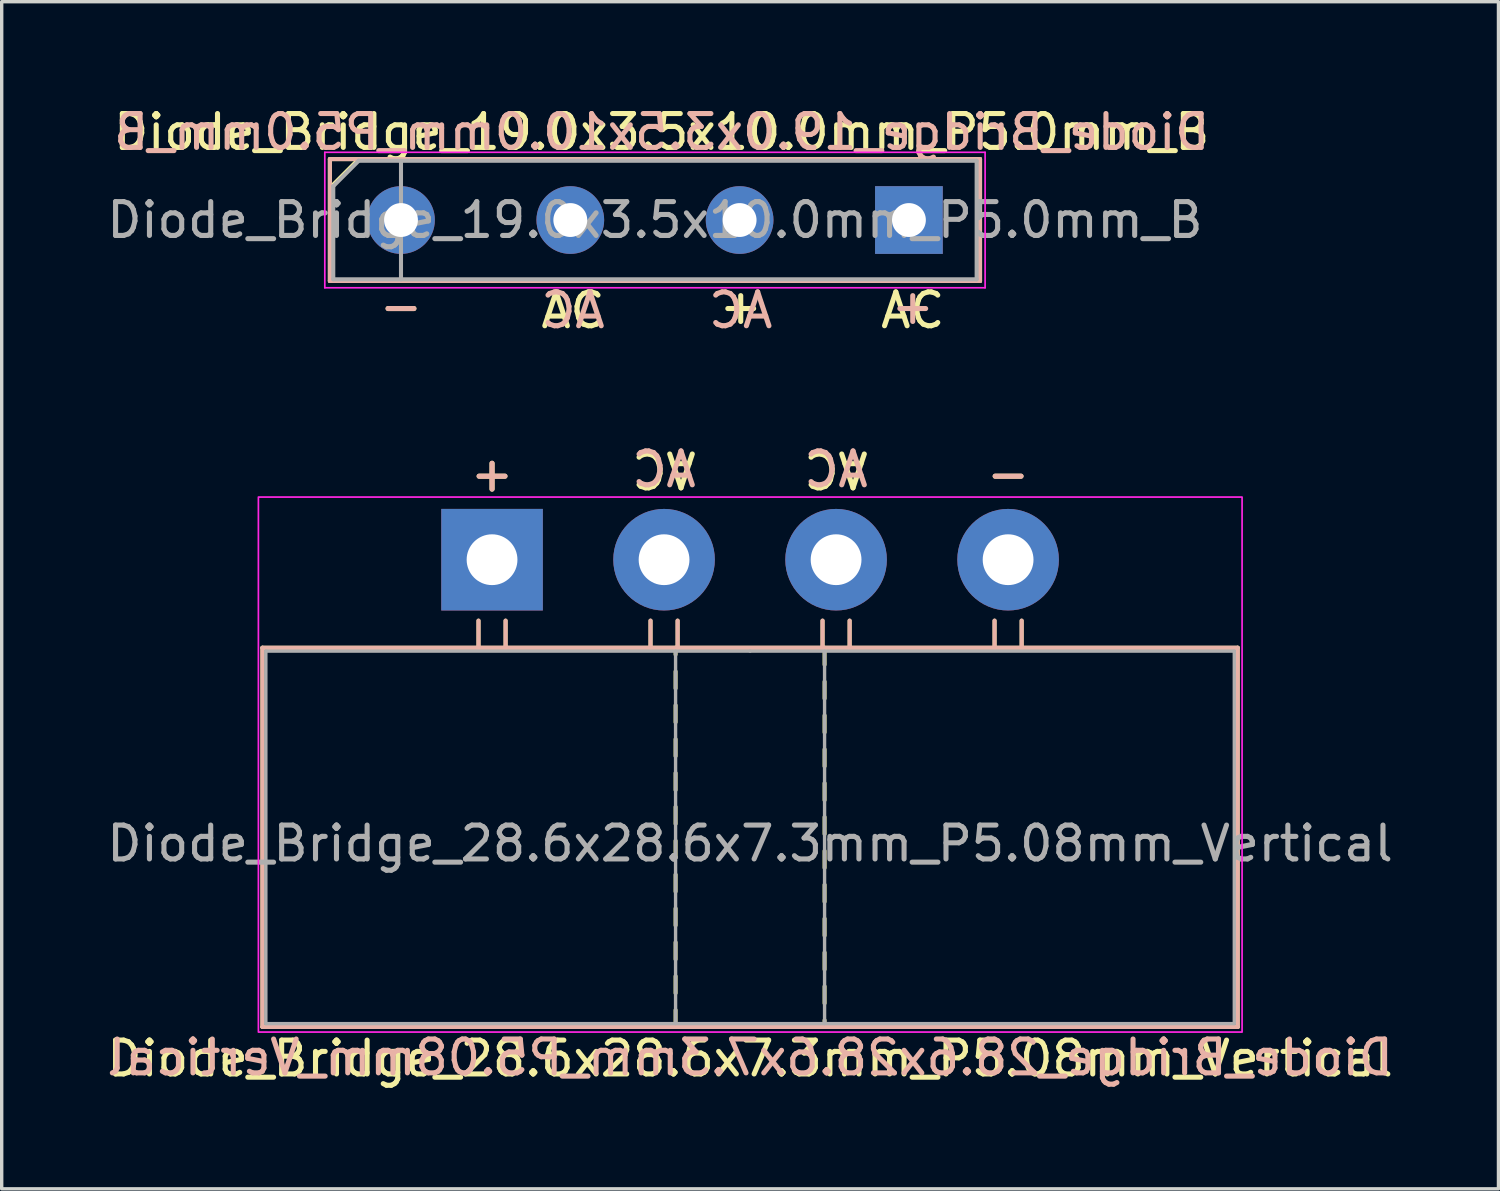
<source format=kicad_pcb>
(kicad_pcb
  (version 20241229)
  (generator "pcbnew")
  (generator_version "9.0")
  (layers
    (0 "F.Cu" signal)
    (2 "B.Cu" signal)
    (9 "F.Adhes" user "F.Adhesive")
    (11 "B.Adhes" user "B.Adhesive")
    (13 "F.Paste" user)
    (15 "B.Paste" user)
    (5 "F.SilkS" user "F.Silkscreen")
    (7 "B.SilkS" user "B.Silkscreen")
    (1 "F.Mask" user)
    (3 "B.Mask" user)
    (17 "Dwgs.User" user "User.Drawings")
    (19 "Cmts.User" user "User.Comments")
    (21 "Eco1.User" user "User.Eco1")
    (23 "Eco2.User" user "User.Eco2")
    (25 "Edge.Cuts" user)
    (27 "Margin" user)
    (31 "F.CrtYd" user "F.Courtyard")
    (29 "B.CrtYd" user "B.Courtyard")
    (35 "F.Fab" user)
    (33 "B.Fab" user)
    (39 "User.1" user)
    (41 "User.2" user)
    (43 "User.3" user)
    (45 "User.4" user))
  (footprint "Diode_Bridge_19.0x3.5x10.0mm_P5.0mm_B"
    (layer "F.Cu")
    (at 23.792 3.448)
    (property "Reference" "Diode_Bridge_19.0x3.5x10.0mm_P5.0mm_B" (at -7.3 -2.6 180) (layer "F.SilkS") (effects (font (size 1 1) (thickness 0.15))))
    (attr through_hole)
    (fp_line (start -17.1 -1.8) (end 2.1 -1.8) (stroke (width 0.12) (type solid)) (layer "F.SilkS"))
    (fp_line (start -17.1 1.8) (end -17.1 -1.8) (stroke (width 0.12) (type solid)) (layer "F.SilkS"))
    (fp_line (start -16.27 -1.778) (end -17.032 -1.016) (stroke (width 0.12) (type solid)) (layer "F.SilkS"))
    (fp_line (start 2.1 -1.8) (end 2.1 1.8) (stroke (width 0.12) (type solid)) (layer "F.SilkS"))
    (fp_line (start 2.1 1.8) (end -17.1 1.8) (stroke (width 0.12) (type solid)) (layer "F.SilkS"))
    (fp_line (start -17.1 -1.8) (end 2.1 -1.8) (stroke (width 0.12) (type solid)) (layer "B.SilkS"))
    (fp_line (start -17.1 1.8) (end -17.1 -1.8) (stroke (width 0.12) (type solid)) (layer "B.SilkS"))
    (fp_line (start 2.1 -1.8) (end 2.1 1.8) (stroke (width 0.12) (type solid)) (layer "B.SilkS"))
    (fp_line (start 2.1 1.8) (end -17.1 1.8) (stroke (width 0.12) (type solid)) (layer "B.SilkS"))
    (fp_line (start -17.25 -2) (end -17.25 2) (stroke (width 0.05) (type solid)) (layer "F.CrtYd"))
    (fp_line (start -17.25 -2) (end 2.25 -2) (stroke (width 0.05) (type solid)) (layer "F.CrtYd"))
    (fp_line (start 2.25 2) (end -17.25 2) (stroke (width 0.05) (type solid)) (layer "F.CrtYd"))
    (fp_line (start 2.25 2) (end 2.25 -2) (stroke (width 0.05) (type solid)) (layer "F.CrtYd"))
    (fp_line (start -17 -1) (end -16.25 -1.75) (stroke (width 0.12) (type solid)) (layer "F.Fab"))
    (fp_line (start -17 1.75) (end -17 -1) (stroke (width 0.12) (type solid)) (layer "F.Fab"))
    (fp_line (start -16.25 -1.75) (end 2 -1.75) (stroke (width 0.12) (type solid)) (layer "F.Fab"))
    (fp_line (start -15 -1.75) (end -15 1.75) (stroke (width 0.12) (type solid)) (layer "F.Fab"))
    (fp_line (start 2 -1.75) (end 2 1.75) (stroke (width 0.12) (type solid)) (layer "F.Fab"))
    (fp_line (start 2 1.75) (end -17 1.75) (stroke (width 0.12) (type solid)) (layer "F.Fab"))
    (fp_text user "AC" (at -9.92 2.667 0) (layer "F.SilkS") (effects (font (size 1 1) (thickness 0.15))))
    (fp_text user "+" (at -4.967 2.54 0) (layer "F.SilkS") (effects (font (size 1 1) (thickness 0.15))))
    (fp_text user "AC" (at 0.113 2.667 0) (layer "F.SilkS") (effects (font (size 1 1) (thickness 0.15))))
    (fp_text user "-" (at -15 2.54 0) (layer "F.SilkS") (effects (font (size 1 1) (thickness 0.15))))
    (fp_text user "-" (at -15 2.54 0) (layer "B.SilkS") (effects (font (size 1 1) (thickness 0.15)) (justify mirror)))
    (fp_text user "AC" (at -4.967 2.667 0) (layer "B.SilkS") (effects (font (size 1 1) (thickness 0.15)) (justify mirror)))
    (fp_text user "AC" (at -9.92 2.667 0) (layer "B.SilkS") (effects (font (size 1 1) (thickness 0.15)) (justify mirror)))
    (fp_text user "+" (at 0.113 2.54 0) (layer "B.SilkS") (effects (font (size 1 1) (thickness 0.15)) (justify mirror)))
    (fp_text user "${REFERENCE}" (at -7.3 -2.6 0) (layer "B.SilkS") (effects (font (size 1 1) (thickness 0.15)) (justify mirror)))
    (fp_text user "${REFERENCE}" (at -7.5 0 180) (layer "F.Fab") (effects (font (size 1 1) (thickness 0.15))))
    (pad "1" thru_hole rect (at 0 0) (size 2 2) (drill 1) (layers "*.Cu" "*.Mask"))
    (pad "2" thru_hole circle (at -5 0) (size 2 2) (drill 1) (layers "*.Cu" "*.Mask"))
    (pad "3" thru_hole circle (at -10 0) (size 2 2) (drill 1) (layers "*.Cu" "*.Mask"))
    (pad "4" thru_hole circle (at -15 0) (size 2 2) (drill 1) (layers "*.Cu" "*.Mask")))
  (footprint "Diode_Bridge_28.6x28.6x7.3mm_P5.08mm_Vertical"
    (layer "F.Cu")
    (at 11.481 13.479)
    (property "Reference" "Diode_Bridge_28.6x28.6x7.3mm_P5.08mm_Vertical" (at 7.62 14.732 0) (unlocked yes) (layer "F.SilkS") (effects (font (size 1 1) (thickness 0.15))))
    (fp_line (start -6.78 2.6) (end -6.78 13.8) (stroke (width 0.12) (type solid)) (layer "F.SilkS"))
    (fp_line (start -6.78 13.8) (end 22.02 13.8) (stroke (width 0.12) (type solid)) (layer "F.SilkS"))
    (fp_line (start -0.4 2.6) (end -0.4 1.8) (stroke (width 0.12) (type solid)) (layer "F.SilkS"))
    (fp_line (start 0.4 2.6) (end 0.4 1.8) (stroke (width 0.12) (type solid)) (layer "F.SilkS"))
    (fp_line (start 4.68 2.6) (end 4.68 1.8) (stroke (width 0.12) (type solid)) (layer "F.SilkS"))
    (fp_line (start 5.42 2.8) (end 5.42 2.6) (stroke (width 0.12) (type solid)) (layer "F.SilkS"))
    (fp_line (start 5.42 3.8) (end 5.42 3.3) (stroke (width 0.12) (type solid)) (layer "F.SilkS"))
    (fp_line (start 5.42 4.8) (end 5.42 4.3) (stroke (width 0.12) (type solid)) (layer "F.SilkS"))
    (fp_line (start 5.42 5.8) (end 5.42 5.3) (stroke (width 0.12) (type solid)) (layer "F.SilkS"))
    (fp_line (start 5.42 6.8) (end 5.42 6.3) (stroke (width 0.12) (type solid)) (layer "F.SilkS"))
    (fp_line (start 5.42 7.8) (end 5.42 7.3) (stroke (width 0.12) (type solid)) (layer "F.SilkS"))
    (fp_line (start 5.42 8.8) (end 5.42 8.3) (stroke (width 0.12) (type solid)) (layer "F.SilkS"))
    (fp_line (start 5.42 9.8) (end 5.42 9.3) (stroke (width 0.12) (type solid)) (layer "F.SilkS"))
    (fp_line (start 5.42 10.8) (end 5.42 10.3) (stroke (width 0.12) (type solid)) (layer "F.SilkS"))
    (fp_line (start 5.42 11.8) (end 5.42 11.3) (stroke (width 0.12) (type solid)) (layer "F.SilkS"))
    (fp_line (start 5.42 12.8) (end 5.42 12.3) (stroke (width 0.12) (type solid)) (layer "F.SilkS"))
    (fp_line (start 5.42 13.8) (end 5.42 13.3) (stroke (width 0.12) (type solid)) (layer "F.SilkS"))
    (fp_line (start 5.48 2.6) (end 5.48 1.8) (stroke (width 0.12) (type solid)) (layer "F.SilkS"))
    (fp_line (start 9.76 2.6) (end 9.76 1.8) (stroke (width 0.12) (type solid)) (layer "F.SilkS"))
    (fp_line (start 9.82 2.6) (end 9.82 3.1) (stroke (width 0.12) (type solid)) (layer "F.SilkS"))
    (fp_line (start 9.82 3.6) (end 9.82 4.1) (stroke (width 0.12) (type solid)) (layer "F.SilkS"))
    (fp_line (start 9.82 4.6) (end 9.82 5.1) (stroke (width 0.12) (type solid)) (layer "F.SilkS"))
    (fp_line (start 9.82 5.6) (end 9.82 6.1) (stroke (width 0.12) (type solid)) (layer "F.SilkS"))
    (fp_line (start 9.82 6.6) (end 9.82 7.1) (stroke (width 0.12) (type solid)) (layer "F.SilkS"))
    (fp_line (start 9.82 7.6) (end 9.82 8.1) (stroke (width 0.12) (type solid)) (layer "F.SilkS"))
    (fp_line (start 9.82 8.6) (end 9.82 9.1) (stroke (width 0.12) (type solid)) (layer "F.SilkS"))
    (fp_line (start 9.82 9.6) (end 9.82 10.1) (stroke (width 0.12) (type solid)) (layer "F.SilkS"))
    (fp_line (start 9.82 10.6) (end 9.82 11.1) (stroke (width 0.12) (type solid)) (layer "F.SilkS"))
    (fp_line (start 9.82 11.6) (end 9.82 12.1) (stroke (width 0.12) (type solid)) (layer "F.SilkS"))
    (fp_line (start 9.82 12.6) (end 9.82 13.1) (stroke (width 0.12) (type solid)) (layer "F.SilkS"))
    (fp_line (start 9.82 13.6) (end 9.82 13.8) (stroke (width 0.12) (type solid)) (layer "F.SilkS"))
    (fp_line (start 10.56 2.6) (end 10.56 1.8) (stroke (width 0.12) (type solid)) (layer "F.SilkS"))
    (fp_line (start 14.84 2.6) (end 14.84 1.8) (stroke (width 0.12) (type solid)) (layer "F.SilkS"))
    (fp_line (start 15.64 2.6) (end 15.64 1.8) (stroke (width 0.12) (type solid)) (layer "F.SilkS"))
    (fp_line (start 22.02 2.6) (end -6.78 2.6) (stroke (width 0.12) (type solid)) (layer "F.SilkS"))
    (fp_line (start 22.02 13.8) (end 22.02 2.6) (stroke (width 0.12) (type solid)) (layer "F.SilkS"))
    (fp_line (start -6.78 2.6) (end -6.78 13.8) (stroke (width 0.12) (type solid)) (layer "B.SilkS"))
    (fp_line (start -6.78 13.8) (end 22.02 13.8) (stroke (width 0.12) (type solid)) (layer "B.SilkS"))
    (fp_line (start -0.4 2.6) (end -0.4 1.8) (stroke (width 0.12) (type solid)) (layer "B.SilkS"))
    (fp_line (start 0.4 2.6) (end 0.4 1.8) (stroke (width 0.12) (type solid)) (layer "B.SilkS"))
    (fp_line (start 4.68 2.6) (end 4.68 1.8) (stroke (width 0.12) (type solid)) (layer "B.SilkS"))
    (fp_line (start 5.48 2.6) (end 5.48 1.8) (stroke (width 0.12) (type solid)) (layer "B.SilkS"))
    (fp_line (start 9.76 2.6) (end 9.76 1.8) (stroke (width 0.12) (type solid)) (layer "B.SilkS"))
    (fp_line (start 10.56 2.6) (end 10.56 1.8) (stroke (width 0.12) (type solid)) (layer "B.SilkS"))
    (fp_line (start 14.84 2.6) (end 14.84 1.8) (stroke (width 0.12) (type solid)) (layer "B.SilkS"))
    (fp_line (start 15.64 2.6) (end 15.64 1.8) (stroke (width 0.12) (type solid)) (layer "B.SilkS"))
    (fp_line (start 22.02 2.6) (end -6.78 2.6) (stroke (width 0.12) (type solid)) (layer "B.SilkS"))
    (fp_line (start 22.02 13.8) (end 22.02 2.6) (stroke (width 0.12) (type solid)) (layer "B.SilkS"))
    (fp_rect (start -6.9 13.95) (end 22.15 -1.85) (stroke (width 0.05) (type solid)) (fill no) (layer "F.CrtYd"))
    (fp_line (start -6.68 13.7) (end -6.68 2.7) (stroke (width 0.1) (type solid)) (layer "F.Fab"))
    (fp_line (start 5.42 2.7) (end 5.42 13.7) (stroke (width 0.1) (type solid)) (layer "F.Fab"))
    (fp_line (start 7.62 2.7) (end -6.68 2.7) (stroke (width 0.1) (type solid)) (layer "F.Fab"))
    (fp_line (start 7.62 2.7) (end 21.92 2.7) (stroke (width 0.1) (type solid)) (layer "F.Fab"))
    (fp_line (start 9.82 2.7) (end 9.82 13.7) (stroke (width 0.1) (type solid)) (layer "F.Fab"))
    (fp_line (start 21.92 2.7) (end 21.92 13.7) (stroke (width 0.1) (type solid)) (layer "F.Fab"))
    (fp_line (start 21.92 13.7) (end -6.68 13.7) (stroke (width 0.1) (type solid)) (layer "F.Fab"))
    (fp_text user "-" (at 15.24 -2.54 180) (layer "F.SilkS") (effects (font (size 1 1) (thickness 0.15))))
    (fp_text user "+" (at 0 -2.54 180) (layer "F.SilkS") (effects (font (size 1 1) (thickness 0.15))))
    (fp_text user "AC" (at 5.08 -2.667 180) (unlocked yes) (layer "F.SilkS") (effects (font (size 1 1) (thickness 0.15))))
    (fp_text user "AC" (at 10.16 -2.667 180) (unlocked yes) (layer "F.SilkS") (effects (font (size 1 1) (thickness 0.15))))
    (fp_text user "+" (at 0 -2.54 0) (layer "B.SilkS") (effects (font (size 1 1) (thickness 0.15)) (justify mirror)))
    (fp_text user "AC" (at 10.16 -2.667 0) (unlocked yes) (layer "B.SilkS") (effects (font (size 1 1) (thickness 0.15)) (justify mirror)))
    (fp_text user "AC" (at 5.08 -2.667 0) (unlocked yes) (layer "B.SilkS") (effects (font (size 1 1) (thickness 0.15)) (justify mirror)))
    (fp_text user "-" (at 15.24 -2.54 0) (layer "B.SilkS") (effects (font (size 1 1) (thickness 0.15)) (justify mirror)))
    (fp_text user "${REFERENCE}" (at 7.62 14.7 0) (layer "B.SilkS") (effects (font (size 1 1) (thickness 0.15)) (justify mirror)))
    (fp_text user "${REFERENCE}" (at 7.62 8.382 0) (layer "F.Fab") (effects (font (size 1 1) (thickness 0.15))))
    (pad "1" thru_hole rect (at 0 0) (size 3 3) (drill 1.5) (layers "*.Cu" "*.Mask"))
    (pad "2" thru_hole circle (at 5.08 0) (size 3 3) (drill 1.5) (layers "*.Cu" "*.Mask"))
    (pad "3" thru_hole circle (at 10.16 0) (size 3 3) (drill 1.5) (layers "*.Cu" "*.Mask"))
    (pad "4" thru_hole circle (at 15.24 0) (size 3 3) (drill 1.5) (layers "*.Cu" "*.Mask")))
  (gr_rect
    (start -3 -3)
    (end 41.202 32.059)
    (stroke (width 0.1) (type default))
    (fill no)
    (layer "Edge.Cuts")))
</source>
